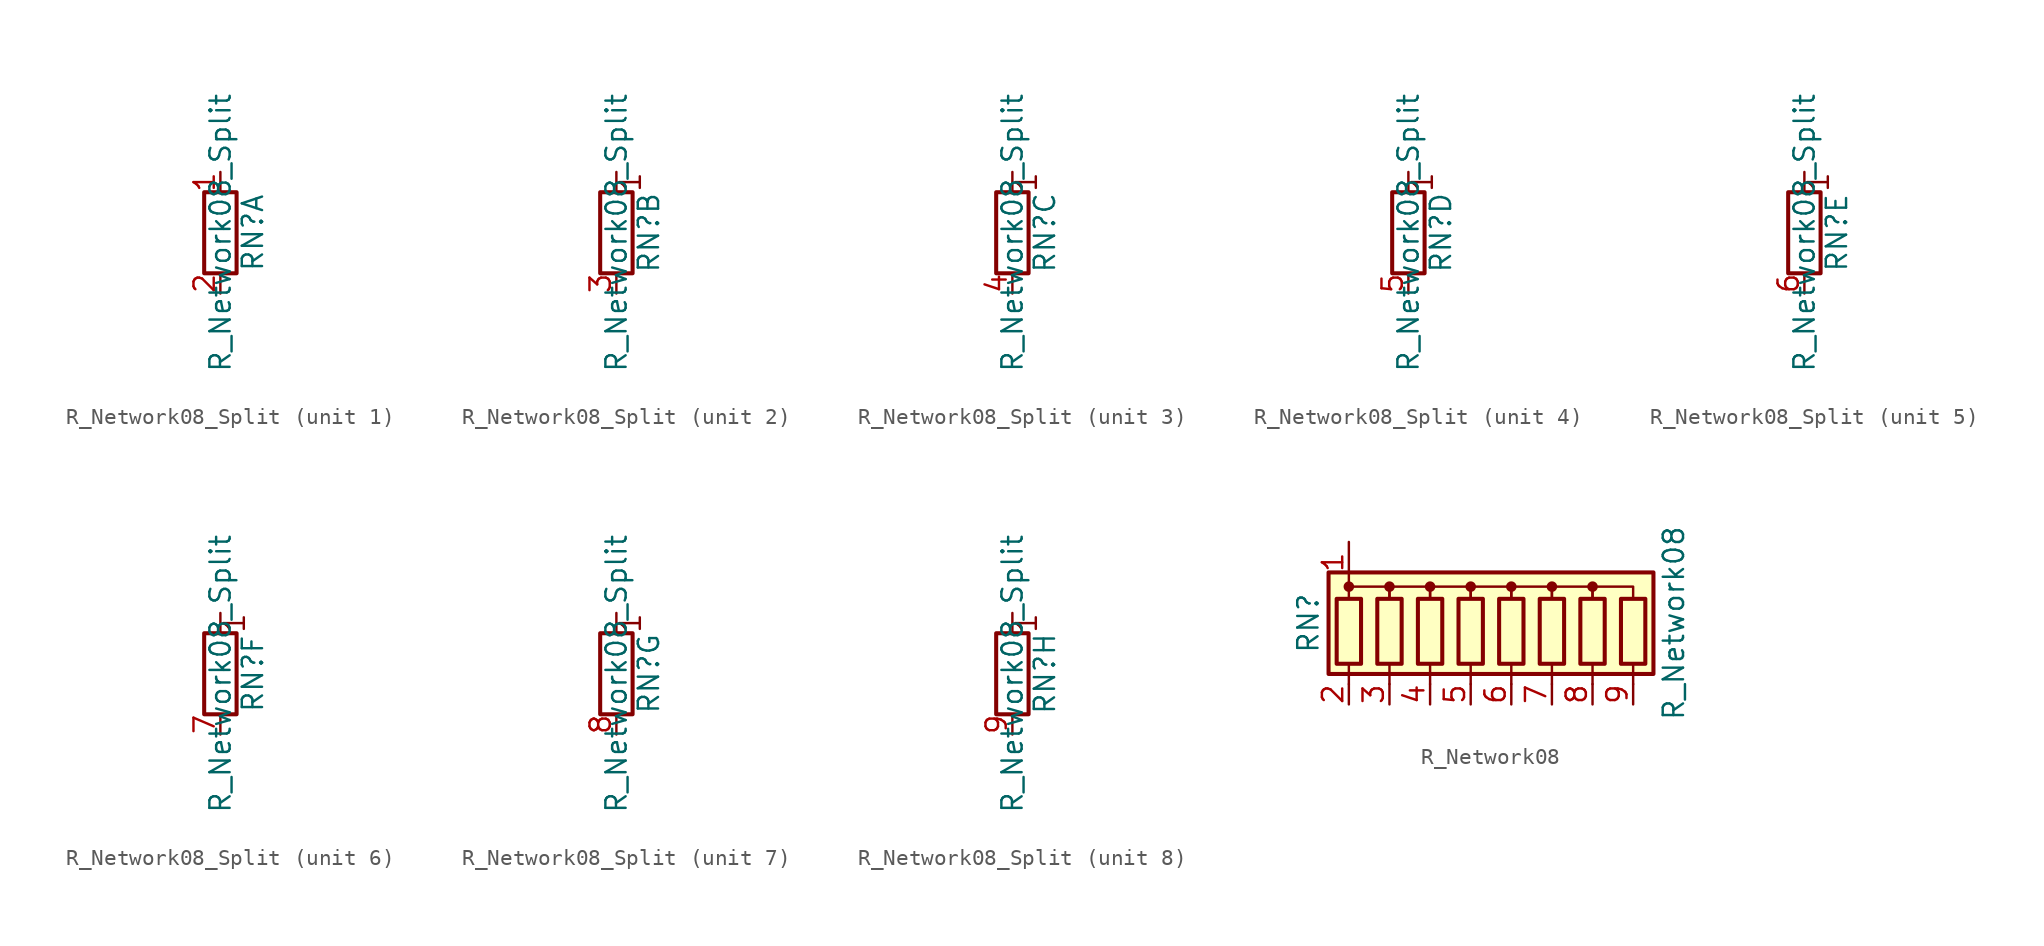
<source format=kicad_sym>
(kicad_symbol_lib
  (version 20211014)
  (generator kicad_symbol_editor)
  (symbol "R_Network08_Split"
    (pin_names
      (offset 0) hide)
    (property "Reference" "RN"
      (at 2.032 0 90)
      (effects (font (size 1.27 1.27))))
    (property "Value" "R_Network08_Split"
      (at 0 0 90)
      (effects (font (size 1.27 1.27))))
    (symbol "R_Network08_Split_0_1"
      (rectangle (start 1.016 2.54) (end -1.016 -2.54) (stroke (width 0.254) (type default) (color 0 0 0 0)) (fill (type none))))
    (symbol "R_Network08_Split_1_1"
      (pin passive line (at 0 3.81 270) (length 1.27) (name "R1.1" (effects (font (size 1.27 1.27)))) (number "1" (effects (font (size 1.27 1.27)))))
      (pin passive line (at 0 -3.81 90) (length 1.27) (name "R1.2" (effects (font (size 1.27 1.27)))) (number "2" (effects (font (size 1.27 1.27))))))
    (symbol "R_Network08_Split_2_1"
      (polyline (pts (xy 0 2.54) (xy 0 3.81)) (stroke (width 0) (type default) (color 0 0 0 0)) (fill (type none)))
      (text "1" (at 0.889 3.175 900) (effects (font (size 1.27 1.27))))
      (pin passive line (at 0 -3.81 90) (length 1.27) (name "R2.2" (effects (font (size 1.27 1.27)))) (number "3" (effects (font (size 1.27 1.27))))))
    (symbol "R_Network08_Split_3_1"
      (polyline (pts (xy 0 2.54) (xy 0 3.81)) (stroke (width 0) (type default) (color 0 0 0 0)) (fill (type none)))
      (text "1" (at 0.889 3.175 900) (effects (font (size 1.27 1.27))))
      (pin passive line (at 0 -3.81 90) (length 1.27) (name "R3.2" (effects (font (size 1.27 1.27)))) (number "4" (effects (font (size 1.27 1.27))))))
    (symbol "R_Network08_Split_4_1"
      (polyline (pts (xy 0 2.54) (xy 0 3.81)) (stroke (width 0) (type default) (color 0 0 0 0)) (fill (type none)))
      (text "1" (at 0.889 3.175 900) (effects (font (size 1.27 1.27))))
      (pin passive line (at 0 -3.81 90) (length 1.27) (name "R4.2" (effects (font (size 1.27 1.27)))) (number "5" (effects (font (size 1.27 1.27))))))
    (symbol "R_Network08_Split_5_1"
      (polyline (pts (xy 0 2.54) (xy 0 3.81)) (stroke (width 0) (type default) (color 0 0 0 0)) (fill (type none)))
      (text "1" (at 0.889 3.175 900) (effects (font (size 1.27 1.27))))
      (pin passive line (at 0 -3.81 90) (length 1.27) (name "R5.2" (effects (font (size 1.27 1.27)))) (number "6" (effects (font (size 1.27 1.27))))))
    (symbol "R_Network08_Split_6_1"
      (polyline (pts (xy 0 2.54) (xy 0 3.81)) (stroke (width 0) (type default) (color 0 0 0 0)) (fill (type none)))
      (text "1" (at 0.889 3.175 900) (effects (font (size 1.27 1.27))))
      (pin passive line (at 0 -3.81 90) (length 1.27) (name "R6.2" (effects (font (size 1.27 1.27)))) (number "7" (effects (font (size 1.27 1.27))))))
    (symbol "R_Network08_Split_7_1"
      (polyline (pts (xy 0 2.54) (xy 0 3.81)) (stroke (width 0) (type default) (color 0 0 0 0)) (fill (type none)))
      (text "1" (at 0.889 3.175 900) (effects (font (size 1.27 1.27))))
      (pin passive line (at 0 -3.81 90) (length 1.27) (name "R7.2" (effects (font (size 1.27 1.27)))) (number "8" (effects (font (size 1.27 1.27))))))
    (symbol "R_Network08_Split_8_1"
      (polyline (pts (xy 0 2.54) (xy 0 3.81)) (stroke (width 0) (type default) (color 0 0 0 0)) (fill (type none)))
      (text "1" (at 0.889 3.175 900) (effects (font (size 1.27 1.27))))
      (pin passive line (at 0 -3.81 90) (length 1.27) (name "R8.2" (effects (font (size 1.27 1.27)))) (number "9" (effects (font (size 1.27 1.27)))))))
  (symbol "R_Network08"
    (pin_names
      (offset 0) hide)
    (property "Reference" "RN"
      (at -12.7 0 90)
      (effects (font (size 1.27 1.27))))
    (property "Value" "R_Network08"
      (at 10.16 0 90)
      (effects (font (size 1.27 1.27))))
    (symbol "R_Network08_0_1"
      (rectangle (start -11.43 -3.175) (end 8.89 3.175) (stroke (width 0.254) (type default) (color 0 0 0 0)) (fill (type background)))
      (rectangle (start -10.922 1.524) (end -9.398 -2.54) (stroke (width 0.254) (type default) (color 0 0 0 0)) (fill (type none)))
      (circle (center -10.16 2.286) (radius 0.254) (stroke (width 0) (type default) (color 0 0 0 0)) (fill (type outline)))
      (rectangle (start -8.382 1.524) (end -6.858 -2.54) (stroke (width 0.254) (type default) (color 0 0 0 0)) (fill (type none)))
      (circle (center -7.62 2.286) (radius 0.254) (stroke (width 0) (type default) (color 0 0 0 0)) (fill (type outline)))
      (rectangle (start -5.842 1.524) (end -4.318 -2.54) (stroke (width 0.254) (type default) (color 0 0 0 0)) (fill (type none)))
      (circle (center -5.08 2.286) (radius 0.254) (stroke (width 0) (type default) (color 0 0 0 0)) (fill (type outline)))
      (rectangle (start -3.302 1.524) (end -1.778 -2.54) (stroke (width 0.254) (type default) (color 0 0 0 0)) (fill (type none)))
      (circle (center -2.54 2.286) (radius 0.254) (stroke (width 0) (type default) (color 0 0 0 0)) (fill (type outline)))
      (rectangle (start -0.762 1.524) (end 0.762 -2.54) (stroke (width 0.254) (type default) (color 0 0 0 0)) (fill (type none)))
      (polyline (pts (xy -10.16 -2.54) (xy -10.16 -3.81)) (stroke (width 0) (type default) (color 0 0 0 0)) (fill (type none)))
      (polyline (pts (xy -7.62 -2.54) (xy -7.62 -3.81)) (stroke (width 0) (type default) (color 0 0 0 0)) (fill (type none)))
      (polyline (pts (xy -5.08 -2.54) (xy -5.08 -3.81)) (stroke (width 0) (type default) (color 0 0 0 0)) (fill (type none)))
      (polyline (pts (xy -2.54 -2.54) (xy -2.54 -3.81)) (stroke (width 0) (type default) (color 0 0 0 0)) (fill (type none)))
      (polyline (pts (xy 0 -2.54) (xy 0 -3.81)) (stroke (width 0) (type default) (color 0 0 0 0)) (fill (type none)))
      (polyline (pts (xy 2.54 -2.54) (xy 2.54 -3.81)) (stroke (width 0) (type default) (color 0 0 0 0)) (fill (type none)))
      (polyline (pts (xy 5.08 -2.54) (xy 5.08 -3.81)) (stroke (width 0) (type default) (color 0 0 0 0)) (fill (type none)))
      (polyline (pts (xy 7.62 -2.54) (xy 7.62 -3.81)) (stroke (width 0) (type default) (color 0 0 0 0)) (fill (type none)))
      (polyline (pts (xy -10.16 1.524) (xy -10.16 2.286) (xy -7.62 2.286) (xy -7.62 1.524)) (stroke (width 0) (type default) (color 0 0 0 0)) (fill (type none)))
      (polyline (pts (xy -7.62 1.524) (xy -7.62 2.286) (xy -5.08 2.286) (xy -5.08 1.524)) (stroke (width 0) (type default) (color 0 0 0 0)) (fill (type none)))
      (polyline (pts (xy -5.08 1.524) (xy -5.08 2.286) (xy -2.54 2.286) (xy -2.54 1.524)) (stroke (width 0) (type default) (color 0 0 0 0)) (fill (type none)))
      (polyline (pts (xy -2.54 1.524) (xy -2.54 2.286) (xy 0 2.286) (xy 0 1.524)) (stroke (width 0) (type default) (color 0 0 0 0)) (fill (type none)))
      (polyline (pts (xy 0 1.524) (xy 0 2.286) (xy 2.54 2.286) (xy 2.54 1.524)) (stroke (width 0) (type default) (color 0 0 0 0)) (fill (type none)))
      (polyline (pts (xy 2.54 1.524) (xy 2.54 2.286) (xy 5.08 2.286) (xy 5.08 1.524)) (stroke (width 0) (type default) (color 0 0 0 0)) (fill (type none)))
      (polyline (pts (xy 5.08 1.524) (xy 5.08 2.286) (xy 7.62 2.286) (xy 7.62 1.524)) (stroke (width 0) (type default) (color 0 0 0 0)) (fill (type none)))
      (circle (center 0 2.286) (radius 0.254) (stroke (width 0) (type default) (color 0 0 0 0)) (fill (type outline)))
      (rectangle (start 1.778 1.524) (end 3.302 -2.54) (stroke (width 0.254) (type default) (color 0 0 0 0)) (fill (type none)))
      (circle (center 2.54 2.286) (radius 0.254) (stroke (width 0) (type default) (color 0 0 0 0)) (fill (type outline)))
      (rectangle (start 4.318 1.524) (end 5.842 -2.54) (stroke (width 0.254) (type default) (color 0 0 0 0)) (fill (type none)))
      (circle (center 5.08 2.286) (radius 0.254) (stroke (width 0) (type default) (color 0 0 0 0)) (fill (type outline)))
      (rectangle (start 6.858 1.524) (end 8.382 -2.54) (stroke (width 0.254) (type default) (color 0 0 0 0)) (fill (type none))))
    (symbol "R_Network08_1_1"
      (pin passive line (at -10.16 5.08 270) (length 2.54) (name "common" (effects (font (size 1.27 1.27)))) (number "1" (effects (font (size 1.27 1.27)))))
      (pin passive line (at -10.16 -5.08 90) (length 1.27) (name "R1" (effects (font (size 1.27 1.27)))) (number "2" (effects (font (size 1.27 1.27)))))
      (pin passive line (at -7.62 -5.08 90) (length 1.27) (name "R2" (effects (font (size 1.27 1.27)))) (number "3" (effects (font (size 1.27 1.27)))))
      (pin passive line (at -5.08 -5.08 90) (length 1.27) (name "R3" (effects (font (size 1.27 1.27)))) (number "4" (effects (font (size 1.27 1.27)))))
      (pin passive line (at -2.54 -5.08 90) (length 1.27) (name "R4" (effects (font (size 1.27 1.27)))) (number "5" (effects (font (size 1.27 1.27)))))
      (pin passive line (at 0 -5.08 90) (length 1.27) (name "R5" (effects (font (size 1.27 1.27)))) (number "6" (effects (font (size 1.27 1.27)))))
      (pin passive line (at 2.54 -5.08 90) (length 1.27) (name "R6" (effects (font (size 1.27 1.27)))) (number "7" (effects (font (size 1.27 1.27)))))
      (pin passive line (at 5.08 -5.08 90) (length 1.27) (name "R7" (effects (font (size 1.27 1.27)))) (number "8" (effects (font (size 1.27 1.27)))))
      (pin passive line (at 7.62 -5.08 90) (length 1.27) (name "R8" (effects (font (size 1.27 1.27)))) (number "9" (effects (font (size 1.27 1.27))))))))
</source>
